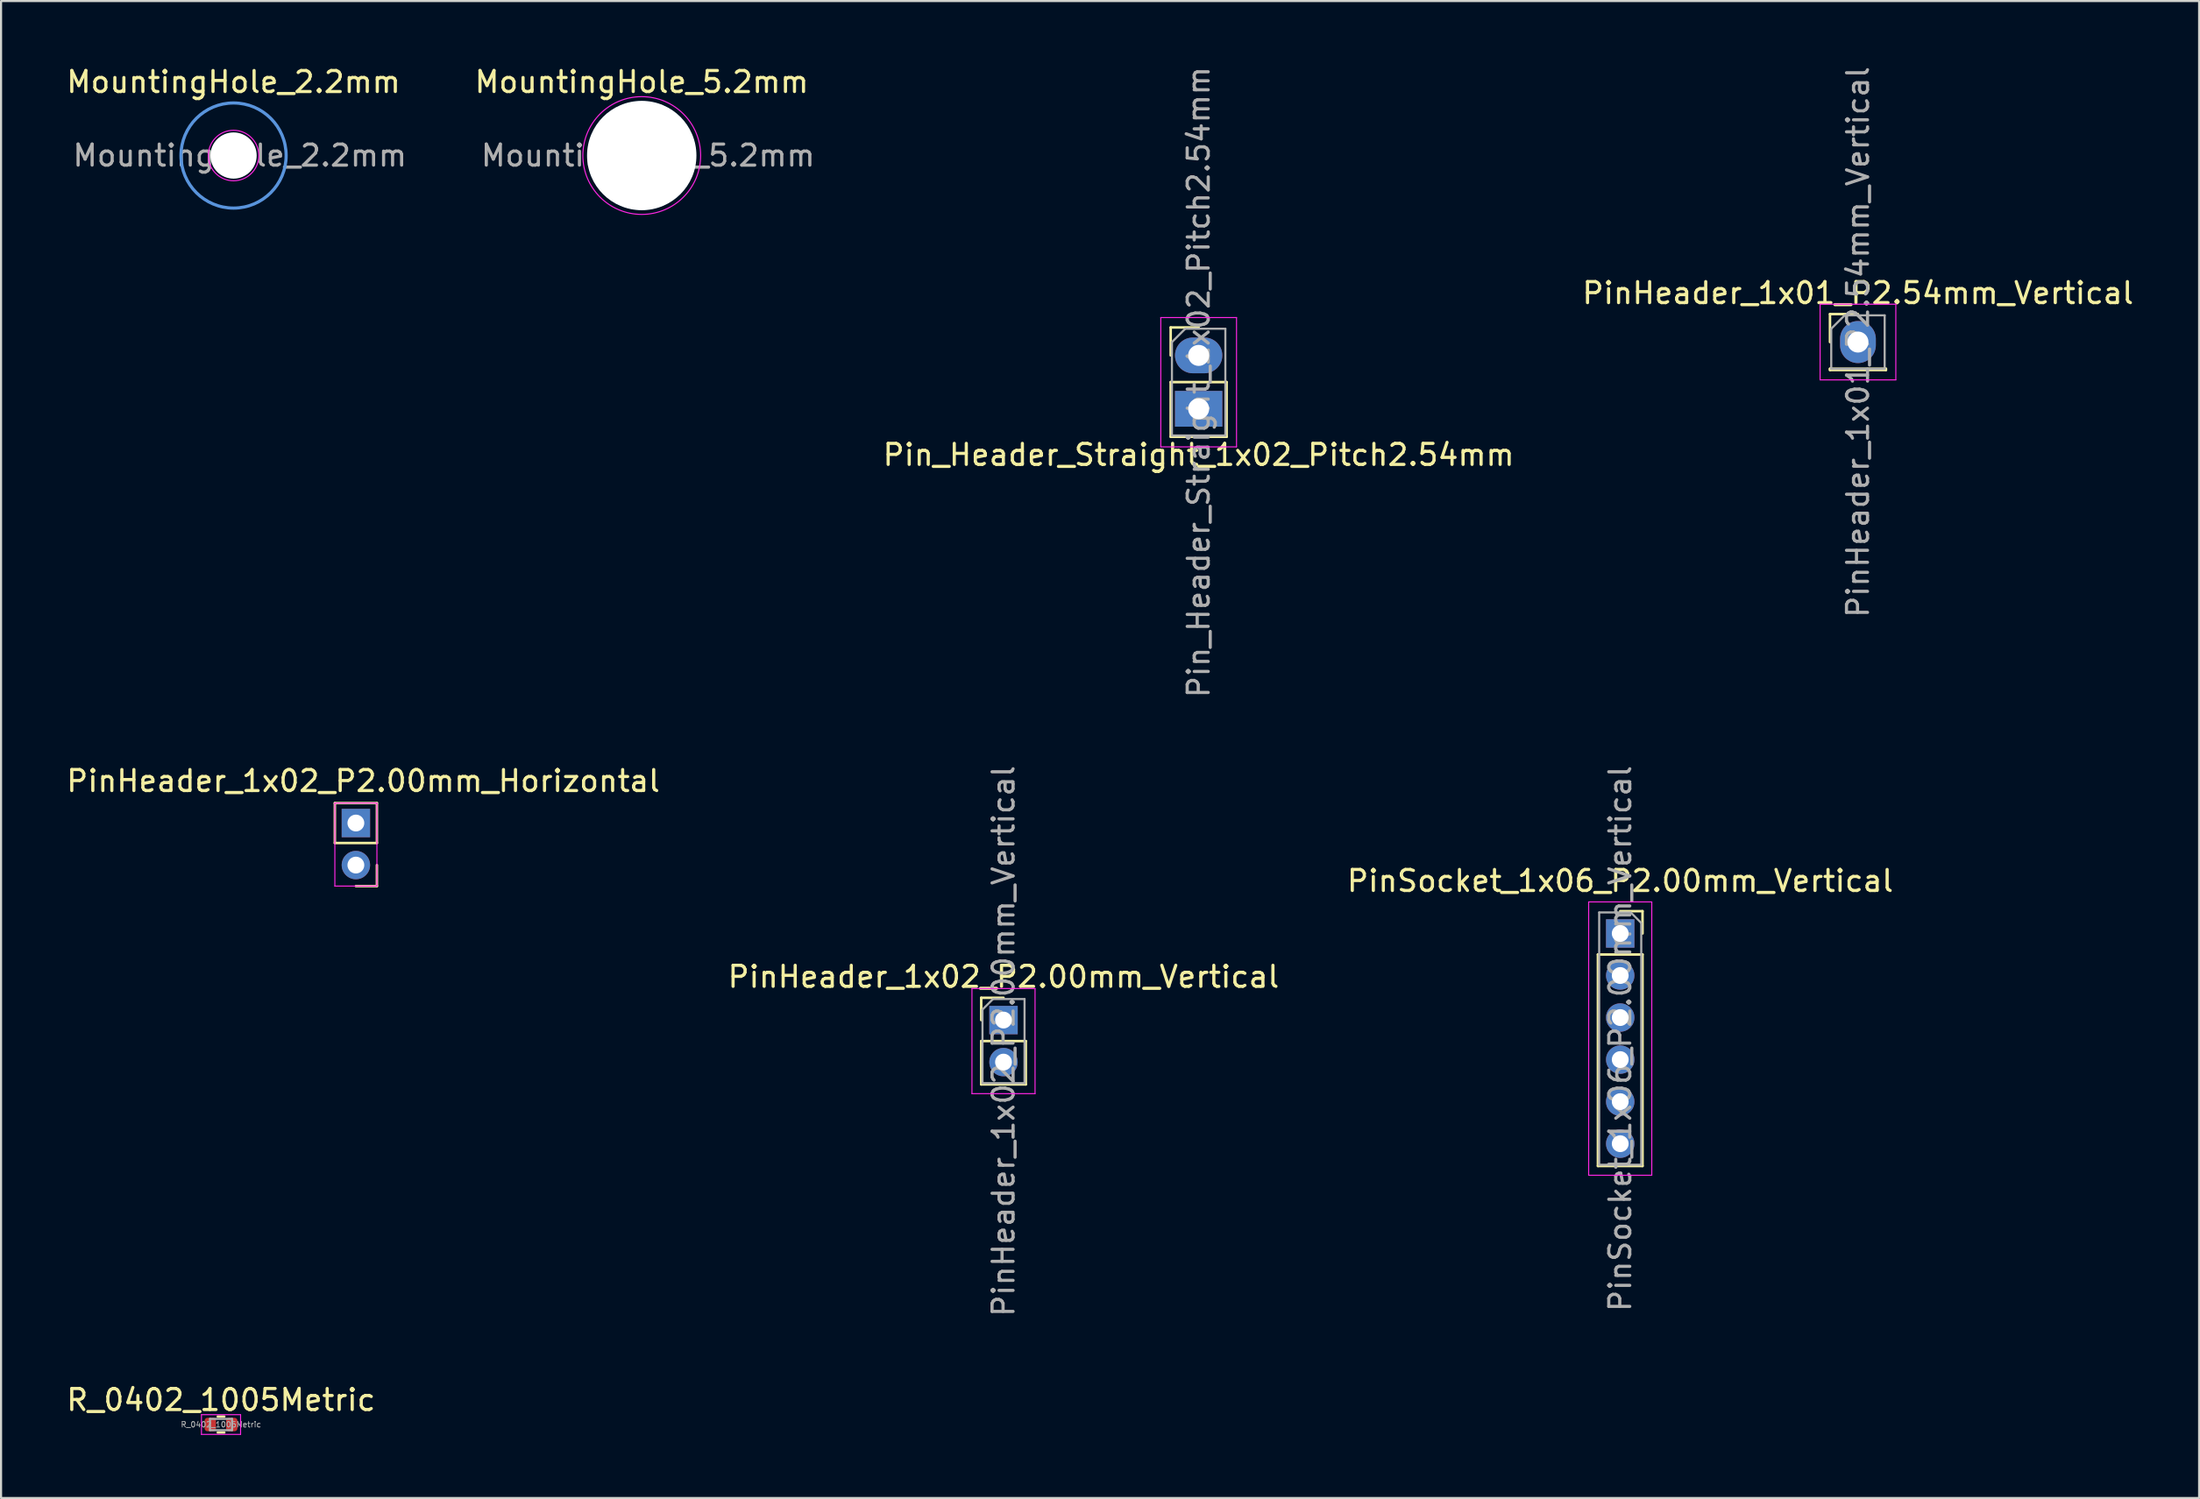
<source format=kicad_pcb>
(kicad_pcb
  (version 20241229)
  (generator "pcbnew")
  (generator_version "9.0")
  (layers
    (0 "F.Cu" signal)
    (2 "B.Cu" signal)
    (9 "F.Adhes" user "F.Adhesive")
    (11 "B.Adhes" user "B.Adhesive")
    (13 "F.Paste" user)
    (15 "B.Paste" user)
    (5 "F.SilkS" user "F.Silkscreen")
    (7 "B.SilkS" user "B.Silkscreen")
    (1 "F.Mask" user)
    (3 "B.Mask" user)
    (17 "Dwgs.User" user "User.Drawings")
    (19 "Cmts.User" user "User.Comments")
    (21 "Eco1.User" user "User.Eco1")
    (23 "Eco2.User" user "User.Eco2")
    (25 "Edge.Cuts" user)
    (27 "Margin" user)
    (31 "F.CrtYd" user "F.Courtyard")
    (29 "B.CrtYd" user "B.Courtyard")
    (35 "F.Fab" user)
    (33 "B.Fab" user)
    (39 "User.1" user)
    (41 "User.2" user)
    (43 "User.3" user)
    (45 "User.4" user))
  (footprint "MountingHole_2.2mm"
    (layer "F.Cu")
    (at 8.054 4.348)
    (property "Reference" "MountingHole_2.2mm" (at 0 -3.5 0) (layer "F.SilkS") (effects (font (size 1 1) (thickness 0.15))))
    (attr exclude_from_pos_files)
    (fp_circle (center 0 0) (end 2.5 0) (stroke (width 0.15) (type solid)) (fill no) (layer "Cmts.User"))
    (fp_circle (center 0 0) (end 1.2 0) (stroke (width 0.05) (type solid)) (fill no) (layer "F.CrtYd"))
    (fp_text user "${REFERENCE}" (at 0.3 0 0) (layer "F.Fab") (effects (font (size 1 1) (thickness 0.15))))
    (pad "" np_thru_hole circle (at 0 0) (size 2.2 2.2) (drill 2.2) (layers "*.Cu" "*.Mask")))
  (footprint "R_0402_1005Metric"
    (layer "F.Cu")
    (at 7.458 64.709)
    (property "Reference" "R_0402_1005Metric" (at 0 -1.17 0) (layer "F.SilkS") (effects (font (size 1 1) (thickness 0.15))))
    (attr smd)
    (fp_line (start -0.154 -0.38) (end 0.154 -0.38) (stroke (width 0.12) (type solid)) (layer "F.SilkS"))
    (fp_line (start -0.154 0.38) (end 0.154 0.38) (stroke (width 0.12) (type solid)) (layer "F.SilkS"))
    (fp_line (start -0.93 -0.47) (end 0.93 -0.47) (stroke (width 0.05) (type solid)) (layer "F.CrtYd"))
    (fp_line (start -0.93 0.47) (end -0.93 -0.47) (stroke (width 0.05) (type solid)) (layer "F.CrtYd"))
    (fp_line (start 0.93 -0.47) (end 0.93 0.47) (stroke (width 0.05) (type solid)) (layer "F.CrtYd"))
    (fp_line (start 0.93 0.47) (end -0.93 0.47) (stroke (width 0.05) (type solid)) (layer "F.CrtYd"))
    (fp_line (start -0.525 -0.27) (end 0.525 -0.27) (stroke (width 0.1) (type solid)) (layer "F.Fab"))
    (fp_line (start -0.525 0.27) (end -0.525 -0.27) (stroke (width 0.1) (type solid)) (layer "F.Fab"))
    (fp_line (start 0.525 -0.27) (end 0.525 0.27) (stroke (width 0.1) (type solid)) (layer "F.Fab"))
    (fp_line (start 0.525 0.27) (end -0.525 0.27) (stroke (width 0.1) (type solid)) (layer "F.Fab"))
    (fp_text user "${REFERENCE}" (at 0 0 0) (layer "F.Fab") (effects (font (size 0.26 0.26) (thickness 0.04))))
    (pad "1" smd roundrect (at -0.51 0) (size 0.54 0.64) (layers "F.Cu" "F.Mask" "F.Paste") (roundrect_rratio 0.25))
    (pad "2" smd roundrect (at 0.51 0) (size 0.54 0.64) (layers "F.Cu" "F.Mask" "F.Paste") (roundrect_rratio 0.25)))
  (footprint "PinHeader_1x02_P2.00mm_Horizontal"
    (layer "F.Cu")
    (at 13.87 36.098)
    (property "Reference" "PinHeader_1x02_P2.00mm_Horizontal" (at 0.35 -2 0) (layer "F.SilkS") (effects (font (size 1 1) (thickness 0.15))))
    (attr through_hole)
    (fp_line (start -1 -0.95) (end -1 0.95) (stroke (width 0.12) (type solid)) (layer "F.SilkS"))
    (fp_line (start -1 0.95) (end 1 0.95) (stroke (width 0.12) (type solid)) (layer "F.SilkS"))
    (fp_line (start 1 -0.95) (end -1 -0.95) (stroke (width 0.12) (type solid)) (layer "F.SilkS"))
    (fp_line (start 1 0.95) (end 1 -0.95) (stroke (width 0.12) (type solid)) (layer "F.SilkS"))
    (fp_line (start 1 2) (end 1 3) (stroke (width 0.12) (type solid)) (layer "F.SilkS"))
    (fp_line (start 1 3) (end 0 3) (stroke (width 0.12) (type solid)) (layer "F.SilkS"))
    (fp_line (start -1 -0.95) (end -1 3) (stroke (width 0.05) (type solid)) (layer "F.CrtYd"))
    (fp_line (start -1 3) (end 1 3) (stroke (width 0.05) (type solid)) (layer "F.CrtYd"))
    (fp_line (start 1 -0.95) (end -1 -0.95) (stroke (width 0.05) (type solid)) (layer "F.CrtYd"))
    (fp_line (start 1 -0.95) (end 1 3) (stroke (width 0.05) (type solid)) (layer "F.CrtYd"))
    (fp_line (start -0.25 1.75) (end -0.25 2.25) (stroke (width 0.1) (type solid)) (layer "F.Fab"))
    (pad "1" thru_hole rect (at 0 0) (size 1.35 1.35) (drill 0.8) (layers "*.Cu" "*.Mask"))
    (pad "2" thru_hole oval (at 0 2) (size 1.35 1.35) (drill 0.8) (layers "*.Cu" "*.Mask")))
  (footprint "MountingHole_5.2mm"
    (layer "F.Cu")
    (at 27.461 4.348)
    (property "Reference" "MountingHole_5.2mm" (at 0 -3.5 0) (layer "F.SilkS") (effects (font (size 1 1) (thickness 0.15))))
    (attr exclude_from_pos_files)
    (fp_circle (center 0 0) (end 2.5 0) (stroke (width 0.15) (type solid)) (fill no) (layer "Cmts.User"))
    (fp_circle (center 0 0) (end 2.8 0) (stroke (width 0.05) (type solid)) (fill no) (layer "F.CrtYd"))
    (fp_text user "${REFERENCE}" (at 0.3 0 0) (layer "F.Fab") (effects (font (size 1 1) (thickness 0.15))))
    (pad "" np_thru_hole circle (at 0 0) (size 5.2 5.2) (drill 5.2) (layers "*.Cu" "*.Mask")))
  (footprint "PinHeader_1x01_P2.54mm_Vertical"
    (layer "F.Cu")
    (at 85.285 13.22)
    (property "Reference" "PinHeader_1x01_P2.54mm_Vertical" (at 0 -2.33 0) (layer "F.SilkS") (effects (font (size 1 1) (thickness 0.15))))
    (attr through_hole)
    (fp_line (start -1.33 -1.33) (end 0 -1.33) (stroke (width 0.12) (type solid)) (layer "F.SilkS"))
    (fp_line (start -1.33 0) (end -1.33 -1.33) (stroke (width 0.12) (type solid)) (layer "F.SilkS"))
    (fp_line (start -1.33 1.27) (end -1.33 1.33) (stroke (width 0.12) (type solid)) (layer "F.SilkS"))
    (fp_line (start -1.33 1.27) (end 1.33 1.27) (stroke (width 0.12) (type solid)) (layer "F.SilkS"))
    (fp_line (start -1.33 1.33) (end 1.33 1.33) (stroke (width 0.12) (type solid)) (layer "F.SilkS"))
    (fp_line (start 1.33 1.27) (end 1.33 1.33) (stroke (width 0.12) (type solid)) (layer "F.SilkS"))
    (fp_line (start -1.8 -1.8) (end -1.8 1.8) (stroke (width 0.05) (type solid)) (layer "F.CrtYd"))
    (fp_line (start -1.8 1.8) (end 1.8 1.8) (stroke (width 0.05) (type solid)) (layer "F.CrtYd"))
    (fp_line (start 1.8 -1.8) (end -1.8 -1.8) (stroke (width 0.05) (type solid)) (layer "F.CrtYd"))
    (fp_line (start 1.8 1.8) (end 1.8 -1.8) (stroke (width 0.05) (type solid)) (layer "F.CrtYd"))
    (fp_line (start -1.27 -0.635) (end -0.635 -1.27) (stroke (width 0.1) (type solid)) (layer "F.Fab"))
    (fp_line (start -1.27 1.27) (end -1.27 -0.635) (stroke (width 0.1) (type solid)) (layer "F.Fab"))
    (fp_line (start -0.635 -1.27) (end 1.27 -1.27) (stroke (width 0.1) (type solid)) (layer "F.Fab"))
    (fp_line (start 1.27 -1.27) (end 1.27 1.27) (stroke (width 0.1) (type solid)) (layer "F.Fab"))
    (fp_line (start 1.27 1.27) (end -1.27 1.27) (stroke (width 0.1) (type solid)) (layer "F.Fab"))
    (fp_text user "${REFERENCE}" (at 0 0 90) (layer "F.Fab") (effects (font (size 1 1) (thickness 0.15))))
    (pad "1" thru_hole oval (at 0 0) (size 1.7 2) (drill 1) (layers "*.Cu" "*.Mask")))
  (footprint "Pin_Header_Straight_1x02_Pitch2.54mm"
    (layer "F.Cu")
    (at 53.939 13.855)
    (property "Reference" "Pin_Header_Straight_1x02_Pitch2.54mm" (at 0 4.729 0) (layer "F.SilkS") (effects (font (size 1 1) (thickness 0.15))))
    (attr through_hole)
    (fp_line (start -1.33 -1.33) (end 0 -1.33) (stroke (width 0.12) (type solid)) (layer "F.SilkS"))
    (fp_line (start -1.33 0) (end -1.33 -1.33) (stroke (width 0.12) (type solid)) (layer "F.SilkS"))
    (fp_line (start -1.33 1.27) (end -1.33 3.87) (stroke (width 0.12) (type solid)) (layer "F.SilkS"))
    (fp_line (start -1.33 1.27) (end 1.33 1.27) (stroke (width 0.12) (type solid)) (layer "F.SilkS"))
    (fp_line (start -1.33 3.87) (end 1.33 3.87) (stroke (width 0.12) (type solid)) (layer "F.SilkS"))
    (fp_line (start 1.33 1.27) (end 1.33 3.87) (stroke (width 0.12) (type solid)) (layer "F.SilkS"))
    (fp_line (start -1.8 -1.8) (end -1.8 4.35) (stroke (width 0.05) (type solid)) (layer "F.CrtYd"))
    (fp_line (start -1.8 4.35) (end 1.8 4.35) (stroke (width 0.05) (type solid)) (layer "F.CrtYd"))
    (fp_line (start 1.8 -1.8) (end -1.8 -1.8) (stroke (width 0.05) (type solid)) (layer "F.CrtYd"))
    (fp_line (start 1.8 4.35) (end 1.8 -1.8) (stroke (width 0.05) (type solid)) (layer "F.CrtYd"))
    (fp_line (start -1.27 -0.635) (end -0.635 -1.27) (stroke (width 0.1) (type solid)) (layer "F.Fab"))
    (fp_line (start -1.27 3.81) (end -1.27 -0.635) (stroke (width 0.1) (type solid)) (layer "F.Fab"))
    (fp_line (start -0.635 -1.27) (end 1.27 -1.27) (stroke (width 0.1) (type solid)) (layer "F.Fab"))
    (fp_line (start 1.27 -1.27) (end 1.27 3.81) (stroke (width 0.1) (type solid)) (layer "F.Fab"))
    (fp_line (start 1.27 3.81) (end -1.27 3.81) (stroke (width 0.1) (type solid)) (layer "F.Fab"))
    (fp_text user "${REFERENCE}" (at 0 1.27 90) (layer "F.Fab") (effects (font (size 1 1) (thickness 0.15))))
    (pad "1" thru_hole oval (at 0 0 180) (size 2.25 1.7) (drill 1) (layers "*.Cu" "*.Mask"))
    (pad "2" thru_hole rect (at 0 2.54 180) (size 2.25 1.7) (drill 1) (layers "*.Cu" "*.Mask")))
  (footprint "PinHeader_1x02_P2.00mm_Vertical"
    (layer "F.Cu")
    (at 44.661 45.47)
    (property "Reference" "PinHeader_1x02_P2.00mm_Vertical" (at 0 -2.06 0) (layer "F.SilkS") (effects (font (size 1 1) (thickness 0.15))))
    (attr through_hole)
    (fp_line (start -1.06 -1.06) (end 0 -1.06) (stroke (width 0.12) (type solid)) (layer "F.SilkS"))
    (fp_line (start -1.06 0) (end -1.06 -1.06) (stroke (width 0.12) (type solid)) (layer "F.SilkS"))
    (fp_line (start -1.06 1) (end -1.06 3.06) (stroke (width 0.12) (type solid)) (layer "F.SilkS"))
    (fp_line (start -1.06 1) (end 1.06 1) (stroke (width 0.12) (type solid)) (layer "F.SilkS"))
    (fp_line (start -1.06 3.06) (end 1.06 3.06) (stroke (width 0.12) (type solid)) (layer "F.SilkS"))
    (fp_line (start 1.06 1) (end 1.06 3.06) (stroke (width 0.12) (type solid)) (layer "F.SilkS"))
    (fp_line (start -1.5 -1.5) (end -1.5 3.5) (stroke (width 0.05) (type solid)) (layer "F.CrtYd"))
    (fp_line (start -1.5 3.5) (end 1.5 3.5) (stroke (width 0.05) (type solid)) (layer "F.CrtYd"))
    (fp_line (start 1.5 -1.5) (end -1.5 -1.5) (stroke (width 0.05) (type solid)) (layer "F.CrtYd"))
    (fp_line (start 1.5 3.5) (end 1.5 -1.5) (stroke (width 0.05) (type solid)) (layer "F.CrtYd"))
    (fp_line (start -1 -0.5) (end -0.5 -1) (stroke (width 0.1) (type solid)) (layer "F.Fab"))
    (fp_line (start -1 3) (end -1 -0.5) (stroke (width 0.1) (type solid)) (layer "F.Fab"))
    (fp_line (start -0.5 -1) (end 1 -1) (stroke (width 0.1) (type solid)) (layer "F.Fab"))
    (fp_line (start 1 -1) (end 1 3) (stroke (width 0.1) (type solid)) (layer "F.Fab"))
    (fp_line (start 1 3) (end -1 3) (stroke (width 0.1) (type solid)) (layer "F.Fab"))
    (fp_text user "${REFERENCE}" (at 0 1 270) (layer "F.Fab") (effects (font (size 1 1) (thickness 0.15))))
    (pad "1" thru_hole rect (at 0 0) (size 1.35 1.35) (drill 0.8) (layers "*.Cu" "*.Mask"))
    (pad "2" thru_hole oval (at 0 2) (size 1.35 1.35) (drill 0.8) (layers "*.Cu" "*.Mask")))
  (footprint "PinSocket_1x06_P2.00mm_Vertical"
    (layer "F.Cu")
    (at 73.982 41.351)
    (property "Reference" "PinSocket_1x06_P2.00mm_Vertical" (at 0 -2.5 180) (layer "F.SilkS") (effects (font (size 1 1) (thickness 0.15))))
    (attr through_hole)
    (fp_line (start -1.06 1) (end -1.06 11.06) (stroke (width 0.12) (type solid)) (layer "F.SilkS"))
    (fp_line (start -1.06 1) (end 1.06 1) (stroke (width 0.12) (type solid)) (layer "F.SilkS"))
    (fp_line (start -1.06 11.06) (end 1.06 11.06) (stroke (width 0.12) (type solid)) (layer "F.SilkS"))
    (fp_line (start 0 -1.06) (end 1.06 -1.06) (stroke (width 0.12) (type solid)) (layer "F.SilkS"))
    (fp_line (start 1.06 -1.06) (end 1.06 0) (stroke (width 0.12) (type solid)) (layer "F.SilkS"))
    (fp_line (start 1.06 1) (end 1.06 11.06) (stroke (width 0.12) (type solid)) (layer "F.SilkS"))
    (fp_line (start -1.5 -1.5) (end 1.5 -1.5) (stroke (width 0.05) (type solid)) (layer "F.CrtYd"))
    (fp_line (start -1.5 11.5) (end -1.5 -1.5) (stroke (width 0.05) (type solid)) (layer "F.CrtYd"))
    (fp_line (start 1.5 -1.5) (end 1.5 11.5) (stroke (width 0.05) (type solid)) (layer "F.CrtYd"))
    (fp_line (start 1.5 11.5) (end -1.5 11.5) (stroke (width 0.05) (type solid)) (layer "F.CrtYd"))
    (fp_line (start -1 -1) (end 0.5 -1) (stroke (width 0.1) (type solid)) (layer "F.Fab"))
    (fp_line (start -1 11) (end -1 -1) (stroke (width 0.1) (type solid)) (layer "F.Fab"))
    (fp_line (start 0.5 -1) (end 1 -0.5) (stroke (width 0.1) (type solid)) (layer "F.Fab"))
    (fp_line (start 1 -0.5) (end 1 11) (stroke (width 0.1) (type solid)) (layer "F.Fab"))
    (fp_line (start 1 11) (end -1 11) (stroke (width 0.1) (type solid)) (layer "F.Fab"))
    (fp_text user "${REFERENCE}" (at 0 5 90) (layer "F.Fab") (effects (font (size 1 1) (thickness 0.15))))
    (pad "1" thru_hole rect (at 0 0) (size 1.35 1.35) (drill 0.8) (layers "*.Cu" "*.Mask"))
    (pad "2" thru_hole oval (at 0 2) (size 1.35 1.35) (drill 0.8) (layers "*.Cu" "*.Mask"))
    (pad "3" thru_hole oval (at 0 4) (size 1.35 1.35) (drill 0.8) (layers "*.Cu" "*.Mask"))
    (pad "4" thru_hole oval (at 0 6) (size 1.35 1.35) (drill 0.8) (layers "*.Cu" "*.Mask"))
    (pad "5" thru_hole oval (at 0 8) (size 1.35 1.35) (drill 0.8) (layers "*.Cu" "*.Mask"))
    (pad "6" thru_hole oval (at 0 10) (size 1.35 1.35) (drill 0.8) (layers "*.Cu" "*.Mask")))
  (gr_rect
    (start -3 -3)
    (end 101.505 68.204)
    (stroke (width 0.1) (type default))
    (fill no)
    (layer "Edge.Cuts")))
</source>
